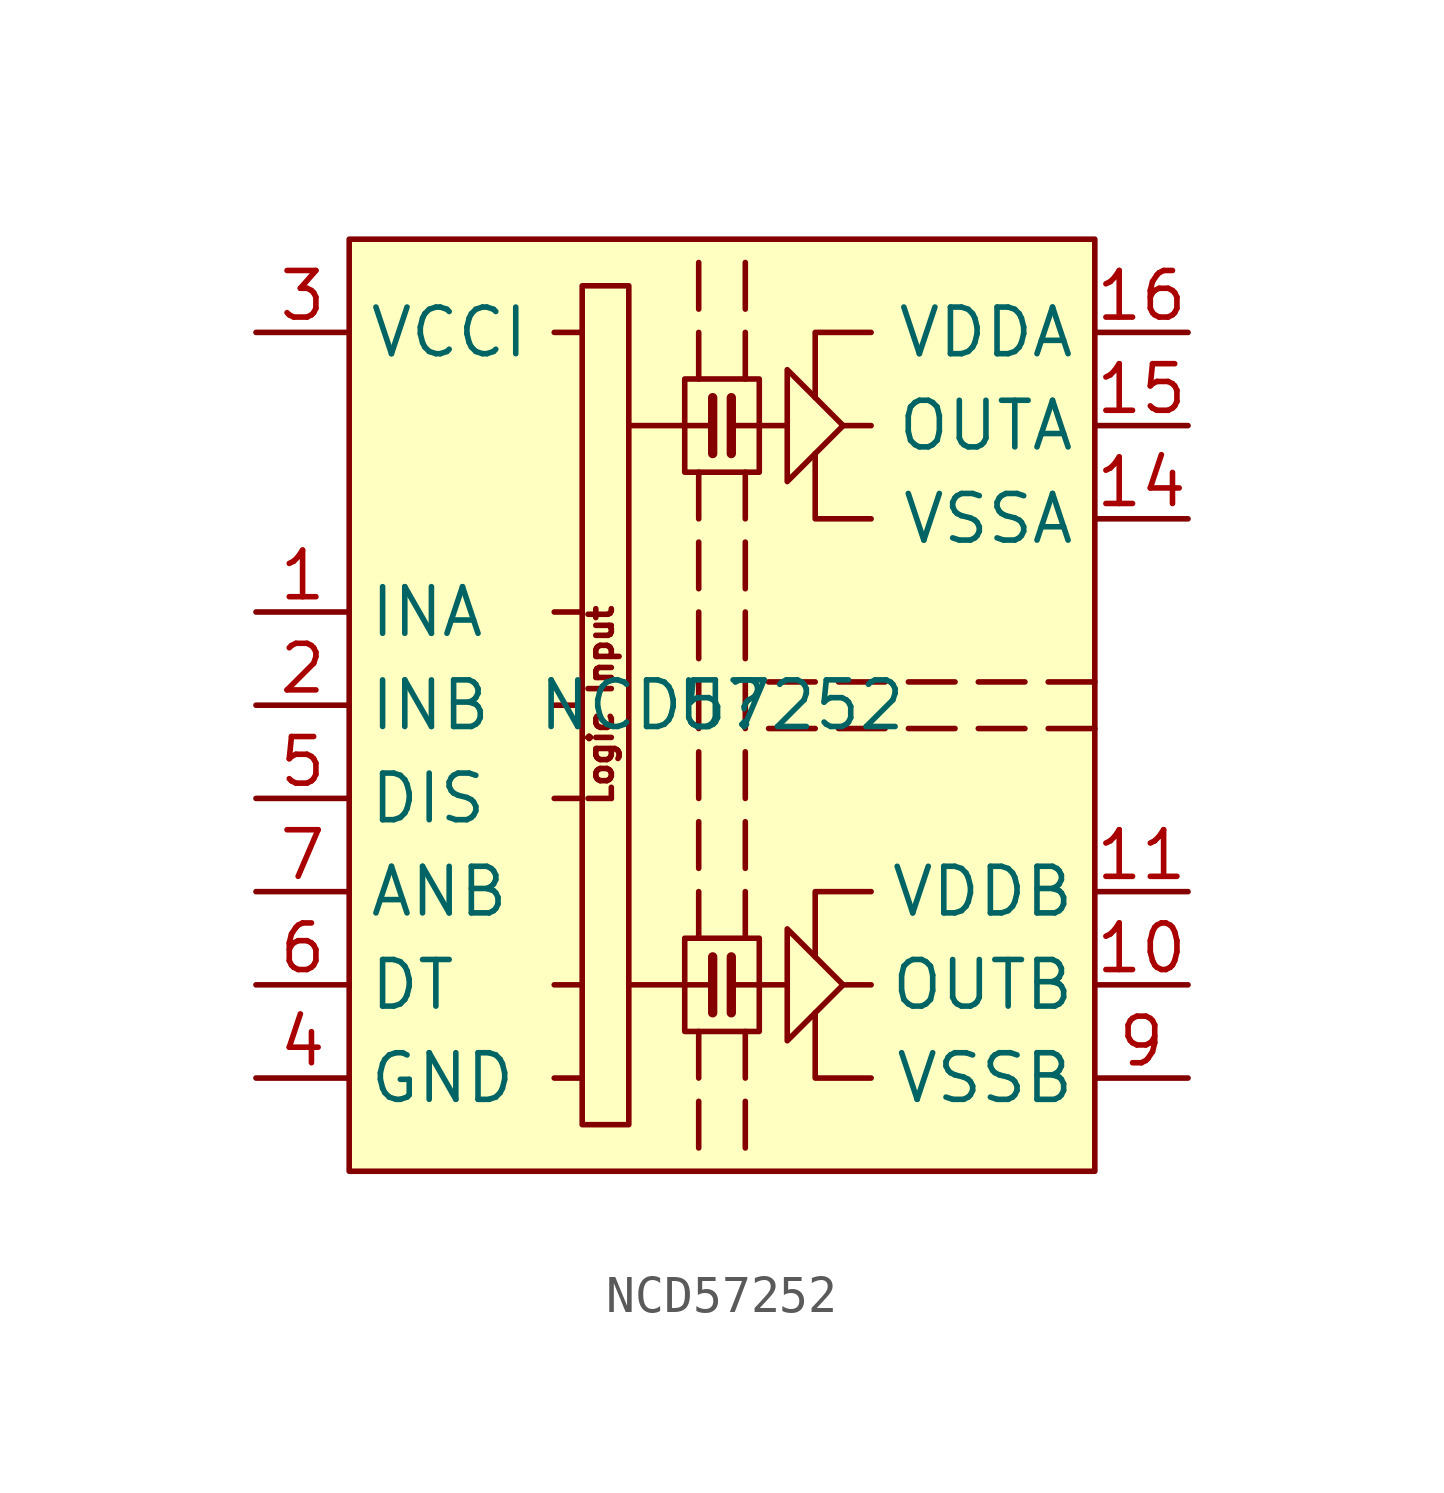
<source format=kicad_sym>
(kicad_symbol_lib
  (version 20231120)
  (generator "kicad_symbol_editor")
  (generator_version "8.0")
  (symbol "NCD57252"
    (property "Reference" "U"
      (at 0 0 0)
      (effects (font (size 1.27 1.27))))
    (property "Value" "NCD57252"
      (at 0 0 0)
      (effects (font (size 1.27 1.27))))
    (symbol "NCD57252_0_0"
      (polyline (pts (xy -0.635 6.35) (xy -0.635 5.08)) (stroke (width 0) (type default)) (fill (type none)))
      (polyline (pts (xy -0.635 10.16) (xy -0.635 8.89)) (stroke (width 0) (type default)) (fill (type none)))
      (polyline (pts (xy -0.635 12.065) (xy -0.635 10.795)) (stroke (width 0) (type default)) (fill (type none)))
      (polyline (pts (xy -0.254 -7.62) (xy -2.54 -7.62)) (stroke (width 0) (type default)) (fill (type none)))
      (polyline (pts (xy -0.254 -6.858) (xy -0.254 -8.382)) (stroke (width 0.254) (type default)) (fill (type none)))
      (polyline (pts (xy -0.254 7.62) (xy -2.54 7.62)) (stroke (width 0) (type default)) (fill (type none)))
      (polyline (pts (xy -0.254 8.382) (xy -0.254 6.858)) (stroke (width 0.254) (type default)) (fill (type none)))
      (polyline (pts (xy 0.254 -7.62) (xy 1.778 -7.62)) (stroke (width 0) (type default)) (fill (type none)))
      (polyline (pts (xy 0.254 -6.858) (xy 0.254 -8.382)) (stroke (width 0.254) (type default)) (fill (type none)))
      (polyline (pts (xy 0.254 7.62) (xy 1.778 7.62)) (stroke (width 0) (type default)) (fill (type none)))
      (polyline (pts (xy 0.254 8.382) (xy 0.254 6.858)) (stroke (width 0.254) (type default)) (fill (type none)))
      (polyline (pts (xy 0.635 6.35) (xy 0.635 5.08)) (stroke (width 0) (type default)) (fill (type none)))
      (polyline (pts (xy 0.635 8.89) (xy 0.635 10.16)) (stroke (width 0) (type default)) (fill (type none)))
      (polyline (pts (xy 0.635 10.795) (xy 0.635 12.065)) (stroke (width 0) (type default)) (fill (type none)))
      (polyline (pts (xy 2.54 -0.635) (xy 1.27 -0.635)) (stroke (width 0) (type default)) (fill (type none)))
      (polyline (pts (xy 2.54 0.635) (xy 1.27 0.635)) (stroke (width 0) (type default)) (fill (type none)))
      (polyline (pts (xy 4.064 -7.62) (xy 3.302 -7.62)) (stroke (width 0) (type default)) (fill (type none)))
      (polyline (pts (xy 4.064 7.62) (xy 3.302 7.62)) (stroke (width 0) (type default)) (fill (type none)))
      (polyline (pts (xy 4.445 -0.635) (xy 3.175 -0.635)) (stroke (width 0) (type default)) (fill (type none)))
      (polyline (pts (xy 4.445 0.635) (xy 3.175 0.635)) (stroke (width 0) (type default)) (fill (type none)))
      (polyline (pts (xy 6.35 -0.635) (xy 5.08 -0.635)) (stroke (width 0) (type default)) (fill (type none)))
      (polyline (pts (xy 6.35 0.635) (xy 5.08 0.635)) (stroke (width 0) (type default)) (fill (type none)))
      (polyline (pts (xy 8.255 -0.635) (xy 6.985 -0.635)) (stroke (width 0) (type default)) (fill (type none)))
      (polyline (pts (xy 8.255 0.635) (xy 6.985 0.635)) (stroke (width 0) (type default)) (fill (type none)))
      (polyline (pts (xy 10.16 -0.635) (xy 8.89 -0.635)) (stroke (width 0) (type default)) (fill (type none)))
      (polyline (pts (xy 10.16 0.635) (xy 8.89 0.635)) (stroke (width 0) (type default)) (fill (type none)))
      (polyline (pts (xy 4.064 -10.16) (xy 2.54 -10.16) (xy 2.54 -8.382)) (stroke (width 0) (type default)) (fill (type none)))
      (polyline (pts (xy 4.064 -5.08) (xy 2.54 -5.08) (xy 2.54 -6.858)) (stroke (width 0) (type default)) (fill (type none)))
      (polyline (pts (xy 4.064 5.08) (xy 2.54 5.08) (xy 2.54 6.858)) (stroke (width 0) (type default)) (fill (type none)))
      (polyline (pts (xy 4.064 10.16) (xy 2.54 10.16) (xy 2.54 8.382)) (stroke (width 0) (type default)) (fill (type none)))
      (polyline (pts (xy 3.302 -7.62) (xy 1.778 -9.144) (xy 1.778 -6.096) (xy 3.302 -7.62)) (stroke (width 0) (type default)) (fill (type none)))
      (polyline (pts (xy 3.302 7.62) (xy 1.778 6.096) (xy 1.778 9.144) (xy 3.302 7.62)) (stroke (width 0) (type default)) (fill (type none)))
      (rectangle (start 1.016 -6.35) (end -1.016 -8.89) (stroke (width 0) (type default)) (fill (type none)))
      (rectangle (start 1.016 8.89) (end -1.016 6.35) (stroke (width 0) (type default)) (fill (type none)))
      (text "Logic Input" (at -3.302 0 900) (effects (font (size 0.635 0.635)))))
    (symbol "NCD57252_0_1"
      (rectangle (start -10.16 12.7) (end 10.16 -12.7) (stroke (width 0) (type default)) (fill (type background)))
      (rectangle (start -3.81 11.43) (end -2.54 -11.43) (stroke (width 0) (type default)) (fill (type none)))
      (polyline (pts (xy -3.81 -10.16) (xy -4.572 -10.16)) (stroke (width 0) (type default)) (fill (type none)))
      (polyline (pts (xy -3.81 -7.62) (xy -4.572 -7.62)) (stroke (width 0) (type default)) (fill (type none)))
      (polyline (pts (xy -3.81 -2.54) (xy -4.572 -2.54)) (stroke (width 0) (type default)) (fill (type none)))
      (polyline (pts (xy -3.81 0) (xy -4.572 0)) (stroke (width 0) (type default)) (fill (type none)))
      (polyline (pts (xy -3.81 2.54) (xy -4.572 2.54)) (stroke (width 0) (type default)) (fill (type none)))
      (polyline (pts (xy -3.81 10.16) (xy -4.572 10.16)) (stroke (width 0) (type default)) (fill (type none)))
      (polyline (pts (xy -0.635 -10.795) (xy -0.635 -12.065)) (stroke (width 0) (type default)) (fill (type none)))
      (polyline (pts (xy -0.635 -8.89) (xy -0.635 -10.16)) (stroke (width 0) (type default)) (fill (type none)))
      (polyline (pts (xy -0.635 -5.08) (xy -0.635 -6.35)) (stroke (width 0) (type default)) (fill (type none)))
      (polyline (pts (xy -0.635 -3.175) (xy -0.635 -4.445)) (stroke (width 0) (type default)) (fill (type none)))
      (polyline (pts (xy -0.635 -1.27) (xy -0.635 -2.54)) (stroke (width 0) (type default)) (fill (type none)))
      (polyline (pts (xy -0.635 0.635) (xy -0.635 -0.635)) (stroke (width 0) (type default)) (fill (type none)))
      (polyline (pts (xy -0.635 2.54) (xy -0.635 1.27)) (stroke (width 0) (type default)) (fill (type none)))
      (polyline (pts (xy -0.635 4.445) (xy -0.635 3.175)) (stroke (width 0) (type default)) (fill (type none)))
      (polyline (pts (xy 0.635 -10.795) (xy 0.635 -12.065)) (stroke (width 0) (type default)) (fill (type none)))
      (polyline (pts (xy 0.635 -8.89) (xy 0.635 -10.16)) (stroke (width 0) (type default)) (fill (type none)))
      (polyline (pts (xy 0.635 -5.08) (xy 0.635 -6.35)) (stroke (width 0) (type default)) (fill (type none)))
      (polyline (pts (xy 0.635 -3.175) (xy 0.635 -4.445)) (stroke (width 0) (type default)) (fill (type none)))
      (polyline (pts (xy 0.635 -1.27) (xy 0.635 -2.54)) (stroke (width 0) (type default)) (fill (type none)))
      (polyline (pts (xy 0.635 0.635) (xy 0.635 -0.635)) (stroke (width 0) (type default)) (fill (type none)))
      (polyline (pts (xy 0.635 2.54) (xy 0.635 1.27)) (stroke (width 0) (type default)) (fill (type none)))
      (polyline (pts (xy 0.635 4.445) (xy 0.635 3.175)) (stroke (width 0) (type default)) (fill (type none))))
    (symbol "NCD57252_1_1"
      (pin input line (at -12.7 2.54 0) (length 2.54) (name "INA" (effects (font (size 1.27 1.27)))) (number "1" (effects (font (size 1.27 1.27)))))
      (pin output line (at 12.7 -7.62 180) (length 2.54) (name "OUTB" (effects (font (size 1.27 1.27)))) (number "10" (effects (font (size 1.27 1.27)))))
      (pin power_in line (at 12.7 -5.08 180) (length 2.54) (name "VDDB" (effects (font (size 1.27 1.27)))) (number "11" (effects (font (size 1.27 1.27)))))
      (pin no_connect line (at 10.16 -2.54 180) (length 2.54) hide (name "NC" (effects (font (size 1.27 1.27)))) (number "12" (effects (font (size 1.27 1.27)))))
      (pin no_connect line (at 10.16 2.54 180) (length 2.54) hide (name "NC" (effects (font (size 1.27 1.27)))) (number "13" (effects (font (size 1.27 1.27)))))
      (pin power_in line (at 12.7 5.08 180) (length 2.54) (name "VSSA" (effects (font (size 1.27 1.27)))) (number "14" (effects (font (size 1.27 1.27)))))
      (pin output line (at 12.7 7.62 180) (length 2.54) (name "OUTA" (effects (font (size 1.27 1.27)))) (number "15" (effects (font (size 1.27 1.27)))))
      (pin power_in line (at 12.7 10.16 180) (length 2.54) (name "VDDA" (effects (font (size 1.27 1.27)))) (number "16" (effects (font (size 1.27 1.27)))))
      (pin input line (at -12.7 0 0) (length 2.54) (name "INB" (effects (font (size 1.27 1.27)))) (number "2" (effects (font (size 1.27 1.27)))))
      (pin power_in line (at -12.7 10.16 0) (length 2.54) (name "VCCI" (effects (font (size 1.27 1.27)))) (number "3" (effects (font (size 1.27 1.27)))))
      (pin power_in line (at -12.7 -10.16 0) (length 2.54) (name "GND" (effects (font (size 1.27 1.27)))) (number "4" (effects (font (size 1.27 1.27)))))
      (pin input line (at -12.7 -2.54 0) (length 2.54) (name "DIS" (effects (font (size 1.27 1.27)))) (number "5" (effects (font (size 1.27 1.27)))))
      (pin passive line (at -12.7 -7.62 0) (length 2.54) (name "DT" (effects (font (size 1.27 1.27)))) (number "6" (effects (font (size 1.27 1.27)))))
      (pin input line (at -12.7 -5.08 0) (length 2.54) (name "ANB" (effects (font (size 1.27 1.27)))) (number "7" (effects (font (size 1.27 1.27)))))
      (pin passive line (at -12.7 10.16 0) (length 2.54) hide (name "VCCI" (effects (font (size 1.27 1.27)))) (number "8" (effects (font (size 1.27 1.27)))))
      (pin power_in line (at 12.7 -10.16 180) (length 2.54) (name "VSSB" (effects (font (size 1.27 1.27)))) (number "9" (effects (font (size 1.27 1.27))))))))
</source>
